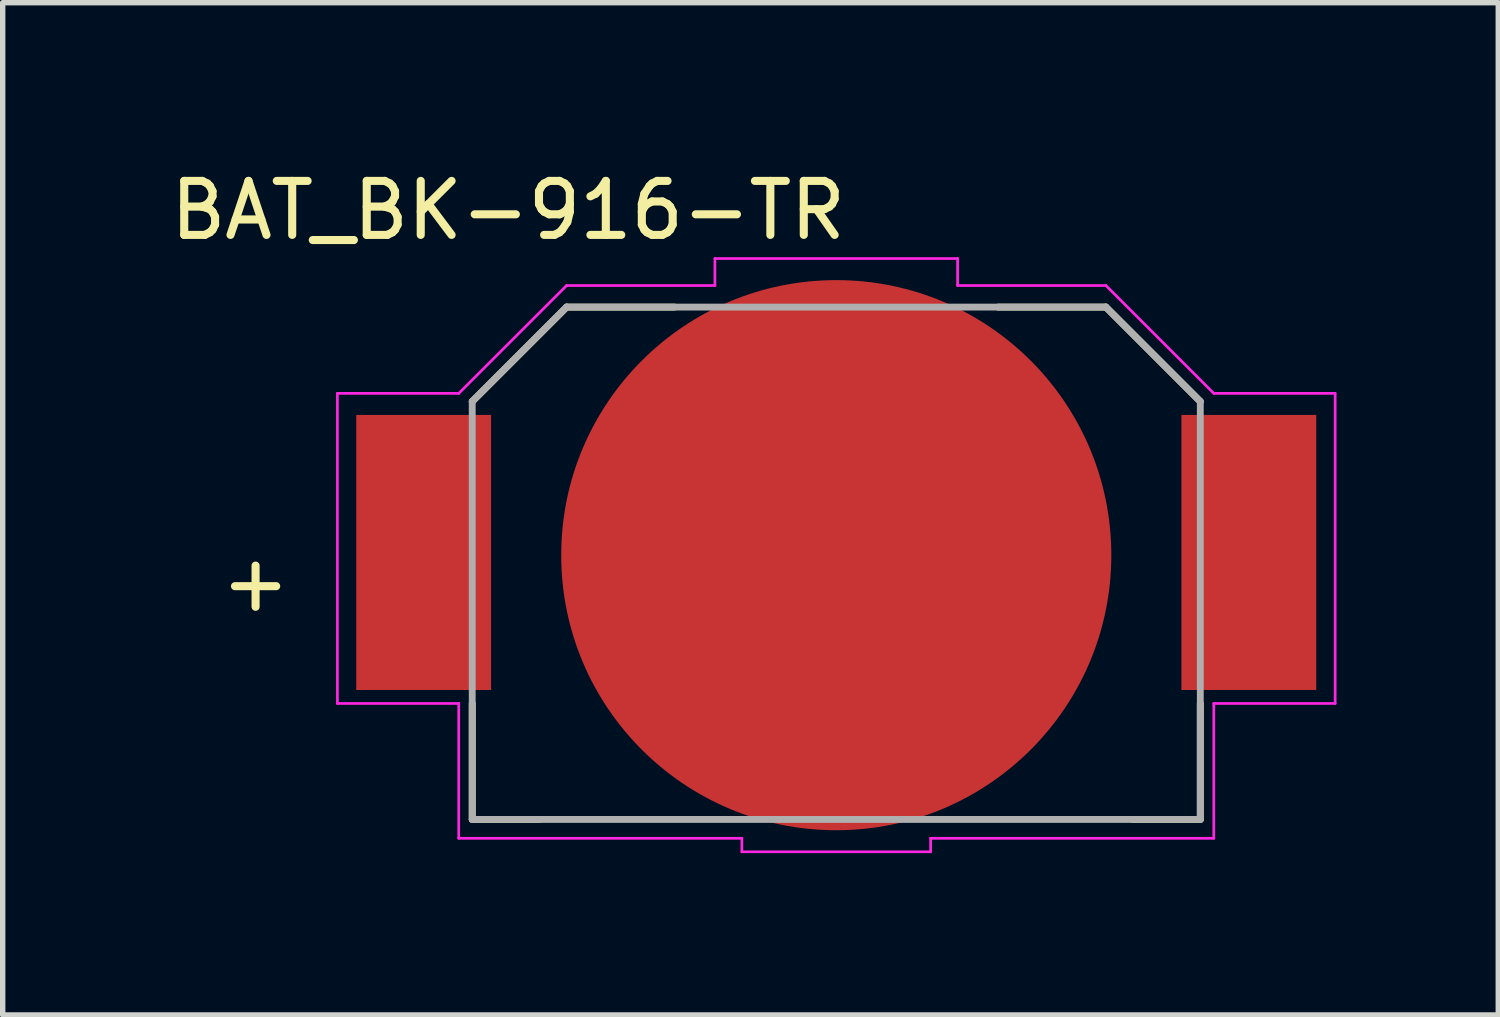
<source format=kicad_pcb>
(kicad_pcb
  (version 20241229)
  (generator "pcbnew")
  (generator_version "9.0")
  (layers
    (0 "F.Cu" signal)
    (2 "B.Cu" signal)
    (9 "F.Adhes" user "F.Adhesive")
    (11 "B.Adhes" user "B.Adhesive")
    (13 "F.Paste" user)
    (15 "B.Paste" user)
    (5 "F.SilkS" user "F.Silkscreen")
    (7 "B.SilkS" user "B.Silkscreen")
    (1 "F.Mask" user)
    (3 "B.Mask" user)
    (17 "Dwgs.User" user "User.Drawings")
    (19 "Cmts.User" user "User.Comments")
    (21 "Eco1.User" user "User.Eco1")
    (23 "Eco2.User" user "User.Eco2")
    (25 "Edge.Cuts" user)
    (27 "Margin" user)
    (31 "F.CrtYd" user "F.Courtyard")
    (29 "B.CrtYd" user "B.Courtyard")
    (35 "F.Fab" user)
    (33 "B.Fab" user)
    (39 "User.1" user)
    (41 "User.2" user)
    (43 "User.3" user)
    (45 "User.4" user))
  (footprint "BAT_BK-916-TR"
    (layer "F.Cu")
    (at 12.456 7.244)
    (property "Reference" "BAT_BK-916-TR" (at -6.084 -6.394 0) (layer "F.SilkS") (effects (font (size 1.001 1.001) (thickness 0.15))))
    (attr smd)
    (fp_line (start -6.75 -2.85) (end -5 -4.6) (stroke (width 0.127) (type solid)) (layer "F.SilkS"))
    (fp_line (start -6.75 2.75) (end -6.75 4.9) (stroke (width 0.127) (type solid)) (layer "F.SilkS"))
    (fp_line (start -6.75 4.9) (end -5.5 4.9) (stroke (width 0.127) (type solid)) (layer "F.SilkS"))
    (fp_line (start -3 -4.6) (end -5 -4.6) (stroke (width 0.127) (type solid)) (layer "F.SilkS"))
    (fp_line (start 3 -4.6) (end 5 -4.6) (stroke (width 0.127) (type solid)) (layer "F.SilkS"))
    (fp_line (start 5 -4.6) (end 6.75 -2.85) (stroke (width 0.127) (type solid)) (layer "F.SilkS"))
    (fp_line (start 6.75 2.75) (end 6.75 4.9) (stroke (width 0.127) (type solid)) (layer "F.SilkS"))
    (fp_line (start 6.75 4.9) (end 5.5 4.9) (stroke (width 0.127) (type solid)) (layer "F.SilkS"))
    (fp_line (start -9.25 -3) (end -9.25 2.75) (stroke (width 0.05) (type solid)) (layer "F.CrtYd"))
    (fp_line (start -9.25 2.75) (end -7 2.75) (stroke (width 0.05) (type solid)) (layer "F.CrtYd"))
    (fp_line (start -7 -3) (end -9.25 -3) (stroke (width 0.05) (type solid)) (layer "F.CrtYd"))
    (fp_line (start -7 2.75) (end -7 5.25) (stroke (width 0.05) (type solid)) (layer "F.CrtYd"))
    (fp_line (start -7 5.25) (end -1.75 5.25) (stroke (width 0.05) (type solid)) (layer "F.CrtYd"))
    (fp_line (start -5 -5) (end -7 -3) (stroke (width 0.05) (type solid)) (layer "F.CrtYd"))
    (fp_line (start -2.25 -5.5) (end -2.25 -5) (stroke (width 0.05) (type solid)) (layer "F.CrtYd"))
    (fp_line (start -2.25 -5) (end -5 -5) (stroke (width 0.05) (type solid)) (layer "F.CrtYd"))
    (fp_line (start -1.75 5.25) (end -1.75 5.5) (stroke (width 0.05) (type solid)) (layer "F.CrtYd"))
    (fp_line (start -1.75 5.5) (end 1.75 5.5) (stroke (width 0.05) (type solid)) (layer "F.CrtYd"))
    (fp_line (start 1.75 5.25) (end 7 5.25) (stroke (width 0.05) (type solid)) (layer "F.CrtYd"))
    (fp_line (start 1.75 5.5) (end 1.75 5.25) (stroke (width 0.05) (type solid)) (layer "F.CrtYd"))
    (fp_line (start 2.25 -5.5) (end -2.25 -5.5) (stroke (width 0.05) (type solid)) (layer "F.CrtYd"))
    (fp_line (start 2.25 -5) (end 2.25 -5.5) (stroke (width 0.05) (type solid)) (layer "F.CrtYd"))
    (fp_line (start 5 -5) (end 2.25 -5) (stroke (width 0.05) (type solid)) (layer "F.CrtYd"))
    (fp_line (start 7 -3) (end 5 -5) (stroke (width 0.05) (type solid)) (layer "F.CrtYd"))
    (fp_line (start 7 2.75) (end 9.25 2.75) (stroke (width 0.05) (type solid)) (layer "F.CrtYd"))
    (fp_line (start 7 5.25) (end 7 2.75) (stroke (width 0.05) (type solid)) (layer "F.CrtYd"))
    (fp_line (start 9.25 -3) (end 7 -3) (stroke (width 0.05) (type solid)) (layer "F.CrtYd"))
    (fp_line (start 9.25 2.75) (end 9.25 -3) (stroke (width 0.05) (type solid)) (layer "F.CrtYd"))
    (fp_line (start -6.75 -2.85) (end -5 -4.6) (stroke (width 0.127) (type solid)) (layer "F.Fab"))
    (fp_line (start -6.75 4.9) (end -6.75 -2.85) (stroke (width 0.127) (type solid)) (layer "F.Fab"))
    (fp_line (start -5 -4.6) (end 5 -4.6) (stroke (width 0.127) (type solid)) (layer "F.Fab"))
    (fp_line (start 5 -4.6) (end 6.75 -2.85) (stroke (width 0.127) (type solid)) (layer "F.Fab"))
    (fp_line (start 6.75 -2.85) (end 6.75 4.9) (stroke (width 0.127) (type solid)) (layer "F.Fab"))
    (fp_line (start 6.75 4.9) (end -6.75 4.9) (stroke (width 0.127) (type solid)) (layer "F.Fab"))
    (fp_text user "+" (at -10.767 0.501 0) (layer "F.SilkS") (effects (font (size 1.002 1.002) (thickness 0.15))))
    (pad "1" smd rect (at -7.65 -0.05) (size 2.5 5.1) (layers "F.Cu" "F.Mask" "F.Paste"))
    (pad "2" smd rect (at 7.65 -0.05) (size 2.5 5.1) (layers "F.Cu" "F.Mask" "F.Paste"))
    (pad "3" smd circle (at 0 0) (size 10.2 10.2) (layers "F.Cu" "F.Mask")))
  (gr_rect
    (start -3 -3)
    (end 24.731 15.769)
    (stroke (width 0.1) (type default))
    (fill no)
    (layer "Edge.Cuts")))
</source>
